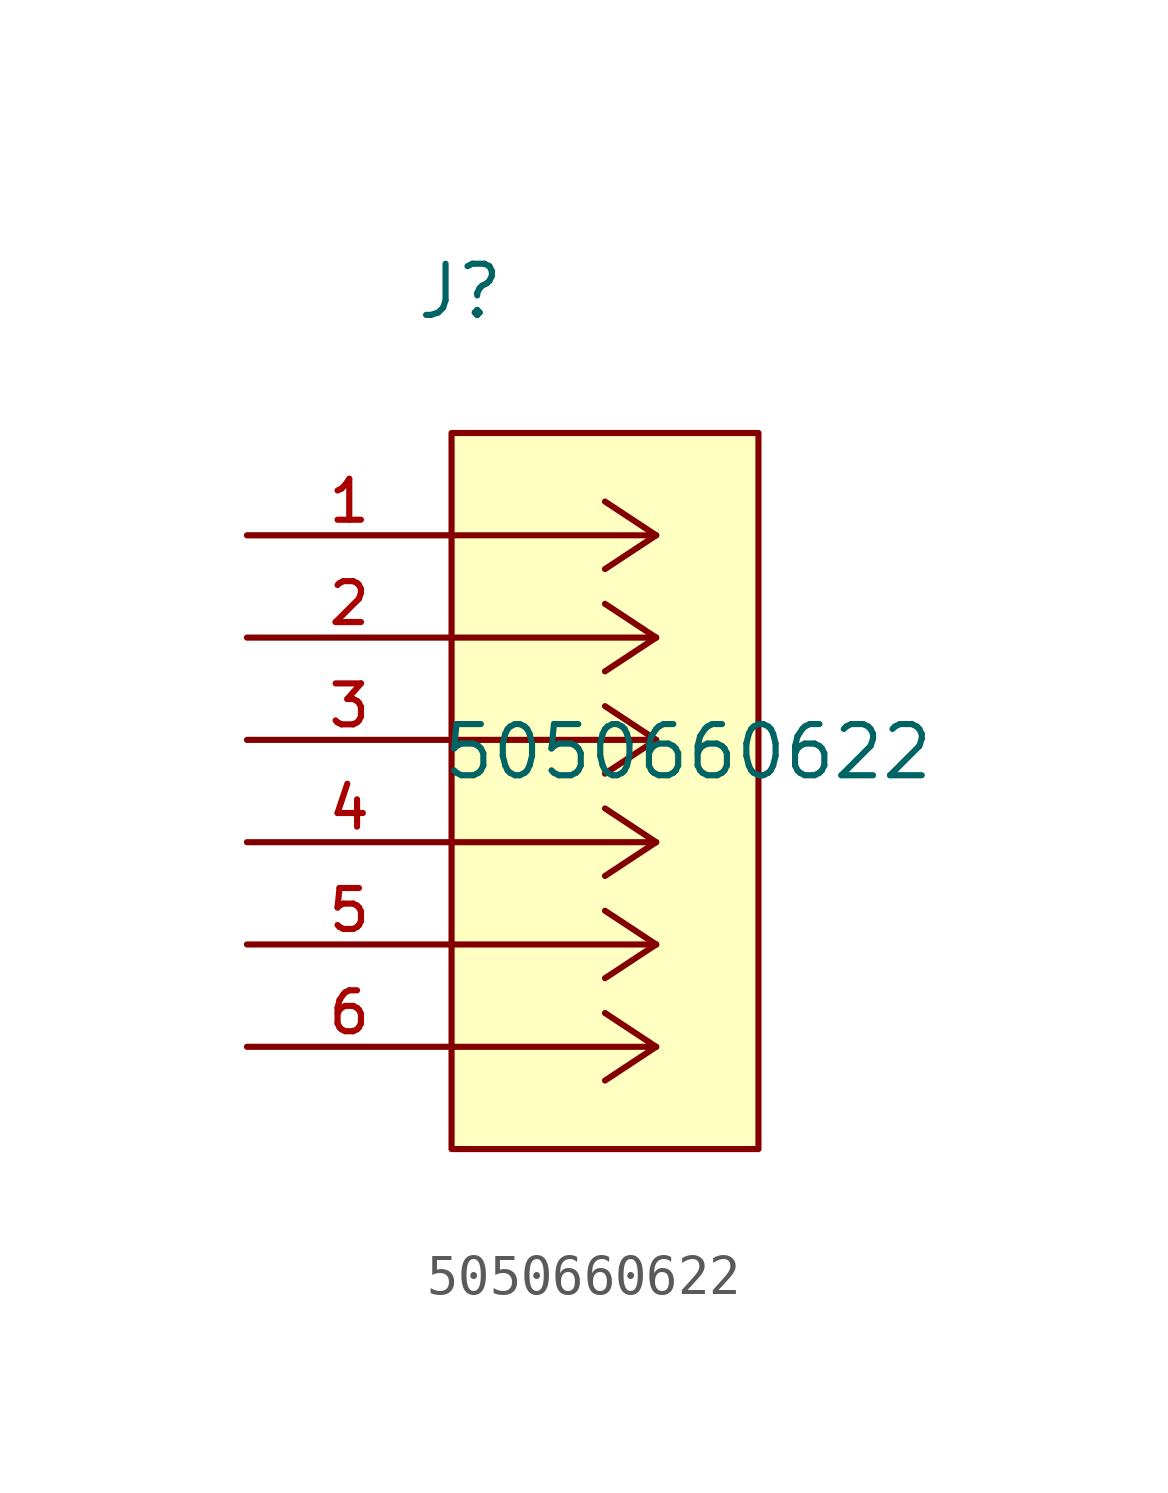
<source format=kicad_sym>
(kicad_symbol_lib
  (version 20211014)
  (generator kicad_symbol_editor)
  (symbol "5050660622"
    (pin_names
      (offset 1.016))
    (property "Reference" "J"
      (at 4.166 5.309 0.0)
      (effects (font (size 1.27 1.27)) (justify bottom left)))
    (property "Value" "5050660622"
      (at 4.801 -6.121 0.0)
      (effects (font (size 1.27 1.27)) (justify bottom left)))
    (symbol "5050660622_0_0"
      (polyline (pts (xy 10.16 0.0) (xy 5.08 0.0)) (stroke (width 0.152)))
      (polyline (pts (xy 10.16 -2.54) (xy 5.08 -2.54)) (stroke (width 0.152)))
      (polyline (pts (xy 10.16 -5.08) (xy 5.08 -5.08)) (stroke (width 0.152)))
      (polyline (pts (xy 10.16 -7.62) (xy 5.08 -7.62)) (stroke (width 0.152)))
      (polyline (pts (xy 10.16 -10.16) (xy 5.08 -10.16)) (stroke (width 0.152)))
      (polyline (pts (xy 10.16 -12.7) (xy 5.08 -12.7)) (stroke (width 0.152)))
      (polyline (pts (xy 10.16 0.0) (xy 8.89 0.838)) (stroke (width 0.152)))
      (polyline (pts (xy 10.16 -2.54) (xy 8.89 -1.702)) (stroke (width 0.152)))
      (polyline (pts (xy 10.16 -5.08) (xy 8.89 -4.242)) (stroke (width 0.152)))
      (polyline (pts (xy 10.16 -7.62) (xy 8.89 -6.782)) (stroke (width 0.152)))
      (polyline (pts (xy 10.16 -10.16) (xy 8.89 -9.322)) (stroke (width 0.152)))
      (polyline (pts (xy 10.16 -12.7) (xy 8.89 -11.862)) (stroke (width 0.152)))
      (polyline (pts (xy 10.16 0.0) (xy 8.89 -0.838)) (stroke (width 0.152)))
      (polyline (pts (xy 10.16 -2.54) (xy 8.89 -3.378)) (stroke (width 0.152)))
      (polyline (pts (xy 10.16 -5.08) (xy 8.89 -5.918)) (stroke (width 0.152)))
      (polyline (pts (xy 10.16 -7.62) (xy 8.89 -8.458)) (stroke (width 0.152)))
      (polyline (pts (xy 10.16 -10.16) (xy 8.89 -10.998)) (stroke (width 0.152)))
      (polyline (pts (xy 10.16 -12.7) (xy 8.89 -13.538)) (stroke (width 0.152)))
      (rectangle (start 5.08 -15.24) (end 12.7 2.54) (stroke (width 0.152)) (fill (type background)))
      (pin passive line (at 0.0 0.0 0) (length 5.08) (name "~" (effects (font (size 1.016 1.016)))) (number "1" (effects (font (size 1.016 1.016)))))
      (pin passive line (at 0.0 -2.54 0) (length 5.08) (name "~" (effects (font (size 1.016 1.016)))) (number "2" (effects (font (size 1.016 1.016)))))
      (pin passive line (at 0.0 -5.08 0) (length 5.08) (name "~" (effects (font (size 1.016 1.016)))) (number "3" (effects (font (size 1.016 1.016)))))
      (pin passive line (at 0.0 -7.62 0) (length 5.08) (name "~" (effects (font (size 1.016 1.016)))) (number "4" (effects (font (size 1.016 1.016)))))
      (pin passive line (at 0.0 -10.16 0) (length 5.08) (name "~" (effects (font (size 1.016 1.016)))) (number "5" (effects (font (size 1.016 1.016)))))
      (pin passive line (at 0.0 -12.7 0) (length 5.08) (name "~" (effects (font (size 1.016 1.016)))) (number "6" (effects (font (size 1.016 1.016))))))))
</source>
